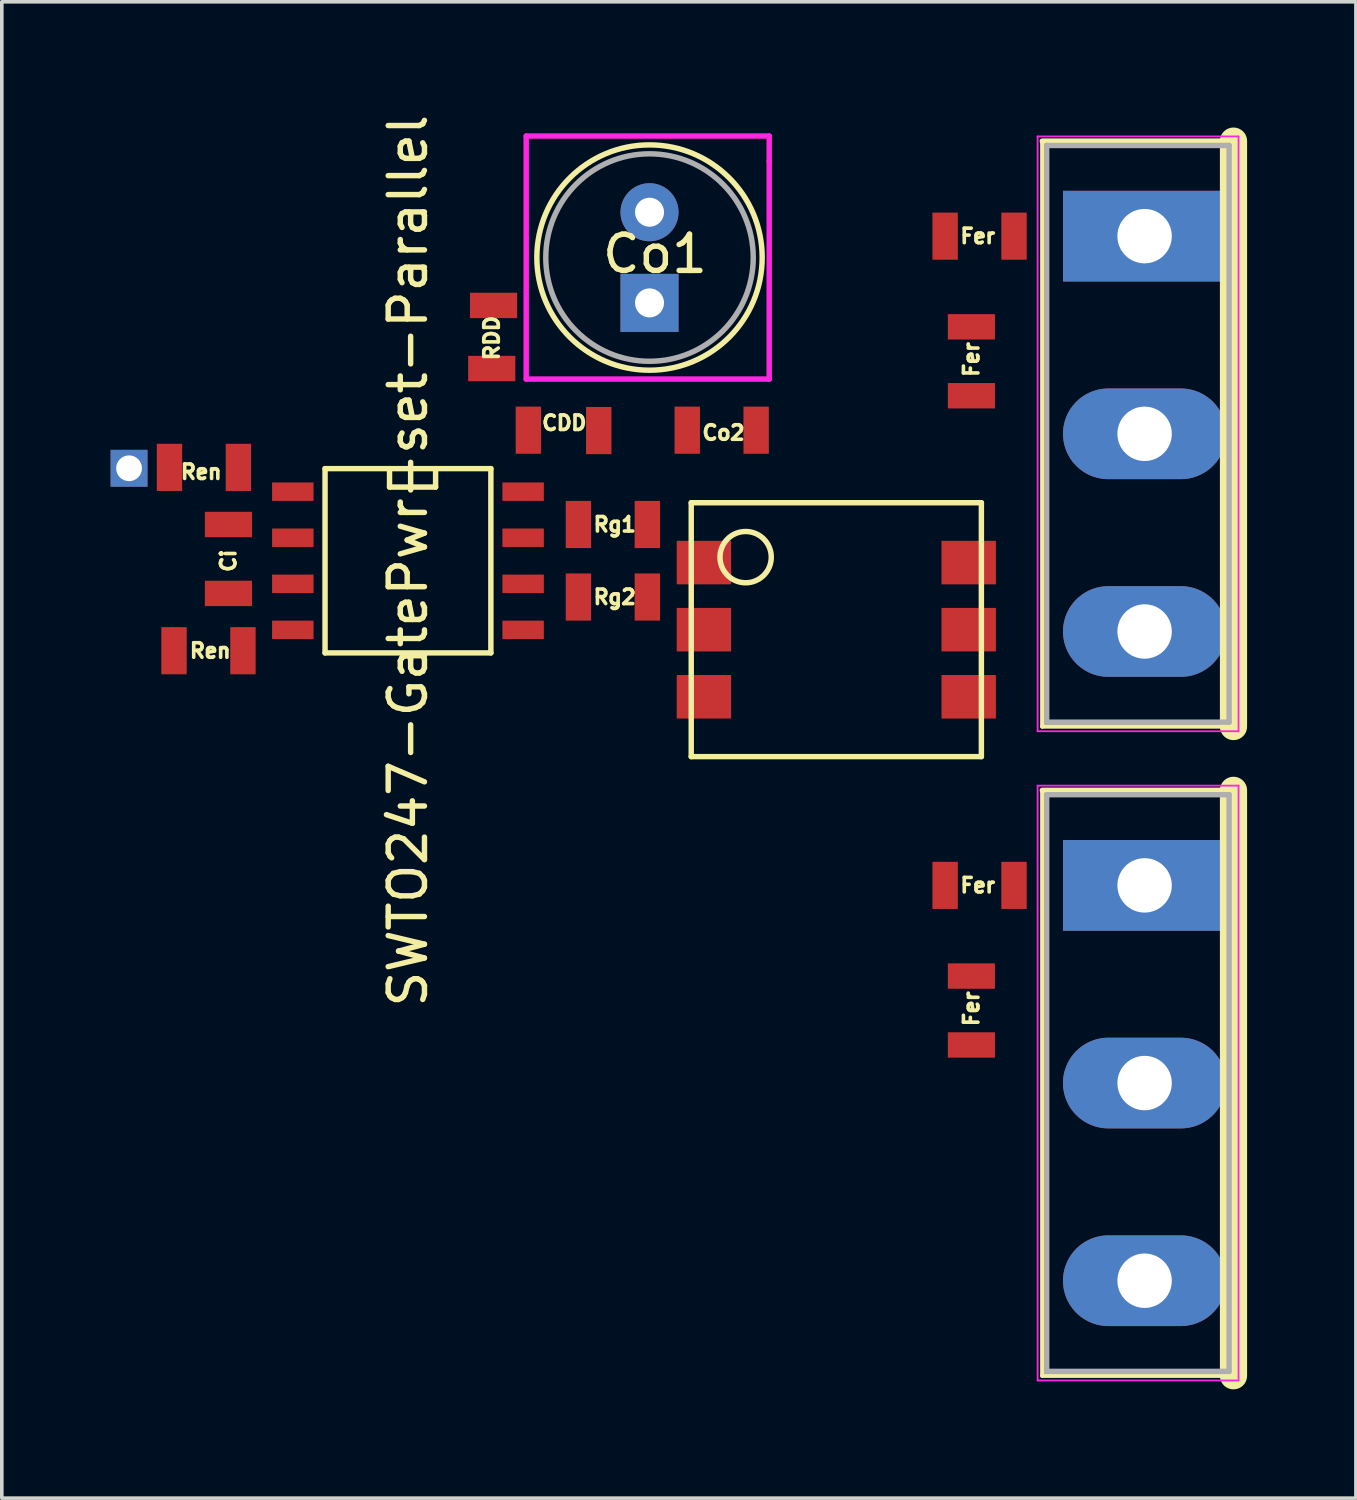
<source format=kicad_pcb>
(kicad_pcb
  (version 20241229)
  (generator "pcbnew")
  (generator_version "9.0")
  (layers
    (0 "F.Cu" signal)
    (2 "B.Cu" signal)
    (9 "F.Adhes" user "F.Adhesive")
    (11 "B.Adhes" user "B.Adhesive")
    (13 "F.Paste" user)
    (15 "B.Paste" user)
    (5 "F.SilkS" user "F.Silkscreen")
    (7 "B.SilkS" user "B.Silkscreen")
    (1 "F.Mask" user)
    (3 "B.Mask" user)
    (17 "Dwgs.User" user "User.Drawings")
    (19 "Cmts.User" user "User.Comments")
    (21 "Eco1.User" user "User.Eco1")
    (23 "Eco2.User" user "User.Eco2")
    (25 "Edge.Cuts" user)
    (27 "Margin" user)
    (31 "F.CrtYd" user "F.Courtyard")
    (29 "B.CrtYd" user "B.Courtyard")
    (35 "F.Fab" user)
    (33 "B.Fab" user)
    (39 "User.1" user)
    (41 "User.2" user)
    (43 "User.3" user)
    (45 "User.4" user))
  (footprint "SWTO247-GatePwr-set-Parallel"
    (layer "F.Cu")
    (at 28.508 17.861)
    (property "Reference" "SWTO247-GatePwr-set-Parallel" (at -20.31 -5.45 90) (layer "F.SilkS") (effects (font (size 1 1) (thickness 0.15))))
    (attr smd)
    (fp_line (start -22.596 -7.99) (end -18.024 -7.99) (stroke (width 0.15) (type solid)) (layer "F.SilkS"))
    (fp_line (start -22.596 -2.91) (end -22.596 -7.99) (stroke (width 0.15) (type solid)) (layer "F.SilkS"))
    (fp_line (start -20.818 -7.482) (end -20.818 -7.99) (stroke (width 0.15) (type solid)) (layer "F.SilkS"))
    (fp_line (start -19.548 -7.99) (end -19.548 -7.482) (stroke (width 0.15) (type solid)) (layer "F.SilkS"))
    (fp_line (start -19.548 -7.482) (end -20.818 -7.482) (stroke (width 0.15) (type solid)) (layer "F.SilkS"))
    (fp_line (start -18.024 -7.99) (end -18.024 -2.91) (stroke (width 0.15) (type solid)) (layer "F.SilkS"))
    (fp_line (start -18.024 -2.91) (end -22.596 -2.91) (stroke (width 0.15) (type solid)) (layer "F.SilkS"))
    (fp_line (start -12.5 -7.05) (end -4.5 -7.05) (stroke (width 0.15) (type solid)) (layer "F.SilkS"))
    (fp_line (start -12.5 -0.05) (end -12.5 -7.05) (stroke (width 0.15) (type solid)) (layer "F.SilkS"))
    (fp_line (start -4.5 -7.05) (end -4.5 -0.05) (stroke (width 0.15) (type solid)) (layer "F.SilkS"))
    (fp_line (start -4.5 -0.05) (end -12.5 -0.05) (stroke (width 0.15) (type solid)) (layer "F.SilkS"))
    (fp_line (start -2.82 -17.02) (end -2.82 -0.88) (stroke (width 0.12) (type solid)) (layer "F.SilkS"))
    (fp_line (start -2.82 0.88) (end -2.82 17.02) (stroke (width 0.12) (type solid)) (layer "F.SilkS"))
    (fp_line (start 2.451 -17.02) (end -2.82 -17.02) (stroke (width 0.15) (type solid)) (layer "F.SilkS"))
    (fp_line (start 2.451 -17.02) (end 2.451 -0.88) (stroke (width 0.75) (type solid)) (layer "F.SilkS"))
    (fp_line (start 2.451 -0.88) (end -2.82 -0.88) (stroke (width 0.12) (type solid)) (layer "F.SilkS"))
    (fp_line (start 2.451 0.88) (end -2.82 0.88) (stroke (width 0.15) (type solid)) (layer "F.SilkS"))
    (fp_line (start 2.451 0.88) (end 2.451 17.02) (stroke (width 0.75) (type solid)) (layer "F.SilkS"))
    (fp_line (start 2.451 17.02) (end -2.82 17.02) (stroke (width 0.12) (type solid)) (layer "F.SilkS"))
    (fp_circle (center -13.65 -13.81) (end -16.25 -12.11) (stroke (width 0.15) (type solid)) (fill no) (layer "F.SilkS"))
    (fp_circle (center -11 -5.55) (end -11.5 -6.05) (stroke (width 0.15) (type solid)) (fill no) (layer "F.SilkS"))
    (fp_line (start -17.05 -17.16) (end -10.35 -17.16) (stroke (width 0.15) (type solid)) (layer "F.CrtYd"))
    (fp_line (start -17.05 -10.46) (end -17.05 -17.16) (stroke (width 0.15) (type solid)) (layer "F.CrtYd"))
    (fp_line (start -10.35 -16.46) (end -10.35 -17.16) (stroke (width 0.15) (type solid)) (layer "F.CrtYd"))
    (fp_line (start -10.35 -10.46) (end -17.05 -10.46) (stroke (width 0.15) (type solid)) (layer "F.CrtYd"))
    (fp_line (start -10.35 -10.46) (end -10.35 -16.46) (stroke (width 0.15) (type solid)) (layer "F.CrtYd"))
    (fp_line (start -2.95 -17.15) (end -2.95 -0.75) (stroke (width 0.05) (type solid)) (layer "F.CrtYd"))
    (fp_line (start -2.95 -0.75) (end 2.59 -0.75) (stroke (width 0.05) (type solid)) (layer "F.CrtYd"))
    (fp_line (start -2.95 0.75) (end -2.95 17.15) (stroke (width 0.05) (type solid)) (layer "F.CrtYd"))
    (fp_line (start -2.95 17.15) (end 2.59 17.15) (stroke (width 0.05) (type solid)) (layer "F.CrtYd"))
    (fp_line (start 2.59 -17.15) (end -2.95 -17.15) (stroke (width 0.05) (type solid)) (layer "F.CrtYd"))
    (fp_line (start 2.59 -0.75) (end 2.59 -17.15) (stroke (width 0.05) (type solid)) (layer "F.CrtYd"))
    (fp_line (start 2.59 0.75) (end -2.95 0.75) (stroke (width 0.05) (type solid)) (layer "F.CrtYd"))
    (fp_line (start 2.59 17.15) (end 2.59 0.75) (stroke (width 0.05) (type solid)) (layer "F.CrtYd"))
    (fp_line (start -2.7 -16.9) (end -2.7 -1) (stroke (width 0.15) (type solid)) (layer "F.Fab"))
    (fp_line (start -2.7 -1) (end 2.33 -1) (stroke (width 0.15) (type solid)) (layer "F.Fab"))
    (fp_line (start -2.7 1) (end -2.7 16.9) (stroke (width 0.15) (type solid)) (layer "F.Fab"))
    (fp_line (start -2.7 16.9) (end 2.33 16.9) (stroke (width 0.15) (type solid)) (layer "F.Fab"))
    (fp_line (start 2.33 -16.9) (end -2.7 -16.9) (stroke (width 0.15) (type solid)) (layer "F.Fab"))
    (fp_line (start 2.33 -1) (end 2.33 -16.9) (stroke (width 0.15) (type solid)) (layer "F.Fab"))
    (fp_line (start 2.33 1) (end -2.7 1) (stroke (width 0.15) (type solid)) (layer "F.Fab"))
    (fp_line (start 2.33 16.9) (end 2.33 1) (stroke (width 0.15) (type solid)) (layer "F.Fab"))
    (fp_circle (center -13.65 -13.81) (end -15.95 -12.11) (stroke (width 0.15) (type solid)) (fill no) (layer "F.Fab"))
    (fp_text user "Fer" (at -4.6 -14.4 180) (layer "F.SilkS") (effects (font (size 0.4 0.4) (thickness 0.1))))
    (fp_text user "Co1" (at -13.5 -13.91 0) (layer "F.SilkS") (effects (font (size 1 1) (thickness 0.15))))
    (fp_text user "Fer" (at -4.775 -11 90) (layer "F.SilkS") (effects (font (size 0.4 0.4) (thickness 0.1))))
    (fp_text user "Co2" (at -11.61 -8.98 180) (layer "F.SilkS") (effects (font (size 0.4 0.4) (thickness 0.1))))
    (fp_text user "CDD" (at -16 -9.25 180) (layer "F.SilkS") (effects (font (size 0.4 0.4) (thickness 0.1))))
    (fp_text user "Rg1" (at -14.61 -6.45 0) (layer "F.SilkS") (effects (font (size 0.4 0.4) (thickness 0.1))))
    (fp_text user "Fer" (at -4.6 3.5 180) (layer "F.SilkS") (effects (font (size 0.4 0.4) (thickness 0.1))))
    (fp_text user "RDD" (at -18 -11.59 90) (layer "F.SilkS") (effects (font (size 0.4 0.4) (thickness 0.1))))
    (fp_text user "Ren" (at -25.76 -2.97 0) (layer "F.SilkS") (effects (font (size 0.4 0.4) (thickness 0.1))))
    (fp_text user "Fer" (at -4.775 6.9 90) (layer "F.SilkS") (effects (font (size 0.4 0.4) (thickness 0.1))))
    (fp_text user "Ci" (at -25.26 -5.45 90) (layer "F.SilkS") (effects (font (size 0.4 0.4) (thickness 0.1))))
    (fp_text user "Ren" (at -26.01 -7.9 0) (layer "F.SilkS") (effects (font (size 0.4 0.4) (thickness 0.1))))
    (fp_text user "Rg2" (at -14.61 -4.45 0) (layer "F.SilkS") (effects (font (size 0.4 0.4) (thickness 0.1))))
    (pad "+Vo" smd rect (at -17.95 -12.49 90) (size 0.7 1.3) (layers "F.Cu" "F.Mask" "F.Paste"))
    (pad "+Vo" thru_hole rect (at -13.65 -12.56 180) (size 1.6 1.6) (drill 0.8) (layers "*.Cu" "*.Mask"))
    (pad "+Vo" smd rect (at -10.71 -9.05) (size 0.7 1.3) (layers "F.Cu" "F.Mask" "F.Paste"))
    (pad "1" smd rect (at -13.71 -6.45) (size 0.7 1.3) (layers "F.Cu" "F.Mask" "F.Paste"))
    (pad "1" smd rect (at -13.71 -4.45) (size 0.7 1.3) (layers "F.Cu" "F.Mask" "F.Paste"))
    (pad "1" smd rect (at -12.15 -5.4 180) (size 1.5 1.2) (layers "F.Cu" "F.Mask" "F.Paste"))
    (pad "2" smd rect (at -12.15 -3.55 180) (size 1.5 1.2) (layers "F.Cu" "F.Mask" "F.Paste"))
    (pad "3" smd rect (at -17.135 -3.545 270) (size 0.508 1.143) (layers "F.Cu" "F.Mask" "F.Paste"))
    (pad "3" smd rect (at -15.05 -9.04 180) (size 0.7 1.3) (layers "F.Cu" "F.Mask" "F.Paste"))
    (pad "3" thru_hole circle (at -13.65 -15.06 180) (size 1.6 1.6) (drill 0.8) (layers "*.Cu" "*.Mask"))
    (pad "3" smd rect (at -12.61 -9.05) (size 0.7 1.3) (layers "F.Cu" "F.Mask" "F.Paste"))
    (pad "3" smd rect (at -12.15 -1.7 180) (size 1.5 1.2) (layers "F.Cu" "F.Mask" "F.Paste"))
    (pad "5" smd rect (at -4.85 -3.55 180) (size 1.5 1.2) (layers "F.Cu" "F.Mask" "F.Paste"))
    (pad "6" smd rect (at -5.5 -14.4 180) (size 0.7 1.3) (layers "F.Cu" "F.Mask" "F.Paste"))
    (pad "6" smd rect (at -5.5 3.5 180) (size 0.7 1.3) (layers "F.Cu" "F.Mask" "F.Paste"))
    (pad "6" smd rect (at -4.85 -5.4 180) (size 1.5 1.2) (layers "F.Cu" "F.Mask" "F.Paste"))
    (pad "6" smd rect (at -4.775 -11.9 90) (size 0.7 1.3) (layers "F.Cu" "F.Mask" "F.Paste"))
    (pad "6" smd rect (at -4.775 6 90) (size 0.7 1.3) (layers "F.Cu" "F.Mask" "F.Paste"))
    (pad "D" thru_hole oval (at 0 -8.95 180) (size 4.5 2.5) (drill 1.5) (layers "*.Cu" "*.Mask"))
    (pad "D" thru_hole oval (at 0 8.95 180) (size 4.5 2.5) (drill 1.5) (layers "*.Cu" "*.Mask"))
    (pad "EN" smd rect (at -24.86 -2.97) (size 0.7 1.3) (layers "F.Cu" "F.Mask" "F.Paste"))
    (pad "EN" smd rect (at -23.485 -3.545 270) (size 0.508 1.143) (layers "F.Cu" "F.Mask" "F.Paste"))
    (pad "GNDi" smd rect (at -25.26 -4.55 270) (size 0.7 1.3) (layers "F.Cu" "F.Mask" "F.Paste"))
    (pad "GNDi" smd rect (at -23.485 -4.815 270) (size 0.508 1.143) (layers "F.Cu" "F.Mask" "F.Paste"))
    (pad "Ga" smd rect (at -3.6 -14.4 180) (size 0.7 1.3) (layers "F.Cu" "F.Mask" "F.Paste"))
    (pad "Ga" thru_hole rect (at 0 -14.4 180) (size 4.5 2.5) (drill 1.5) (layers "*.Cu" "*.Mask"))
    (pad "Gb" smd rect (at -3.6 3.5 180) (size 0.7 1.3) (layers "F.Cu" "F.Mask" "F.Paste"))
    (pad "Gb" thru_hole rect (at 0 3.5 180) (size 4.5 2.5) (drill 1.5) (layers "*.Cu" "*.Mask"))
    (pad "S" smd rect (at -4.85 -1.7 180) (size 1.5 1.2) (layers "F.Cu" "F.Mask" "F.Paste"))
    (pad "S" smd rect (at -4.775 -10 90) (size 0.7 1.3) (layers "F.Cu" "F.Mask" "F.Paste"))
    (pad "S" smd rect (at -4.775 7.9 90) (size 0.7 1.3) (layers "F.Cu" "F.Mask" "F.Paste"))
    (pad "S" thru_hole oval (at 0 -3.5 180) (size 4.5 2.5) (drill 1.5) (layers "*.Cu" "*.Mask"))
    (pad "S" thru_hole oval (at 0 14.4 180) (size 4.5 2.5) (drill 1.5) (layers "*.Cu" "*.Mask"))
    (pad "VDD" smd rect (at -18 -10.75 90) (size 0.7 1.3) (layers "F.Cu" "F.Mask" "F.Paste"))
    (pad "VDD" smd rect (at -17.135 -7.355 270) (size 0.508 1.143) (layers "F.Cu" "F.Mask" "F.Paste"))
    (pad "VDD" smd rect (at -16.99 -9.05 180) (size 0.7 1.3) (layers "F.Cu" "F.Mask" "F.Paste"))
    (pad "VDDi" smd rect (at -26.76 -2.97) (size 0.7 1.3) (layers "F.Cu" "F.Mask" "F.Paste"))
    (pad "VDDi" smd rect (at -25.26 -6.45 270) (size 0.7 1.3) (layers "F.Cu" "F.Mask" "F.Paste"))
    (pad "VDDi" smd rect (at -23.485 -6.085 270) (size 0.508 1.143) (layers "F.Cu" "F.Mask" "F.Paste"))
    (pad "VI" smd rect (at -24.985 -8.025) (size 0.7 1.3) (layers "F.Cu" "F.Mask" "F.Paste"))
    (pad "VI" smd rect (at -23.485 -7.355 270) (size 0.508 1.143) (layers "F.Cu" "F.Mask" "F.Paste"))
    (pad "Vg+" smd rect (at -17.135 -6.085 270) (size 0.508 1.143) (layers "F.Cu" "F.Mask" "F.Paste"))
    (pad "Vg+" smd rect (at -15.61 -6.45) (size 0.7 1.3) (layers "F.Cu" "F.Mask" "F.Paste"))
    (pad "Vg-" smd rect (at -17.135 -4.815 270) (size 0.508 1.143) (layers "F.Cu" "F.Mask" "F.Paste"))
    (pad "Vg-" smd rect (at -15.61 -4.45) (size 0.7 1.3) (layers "F.Cu" "F.Mask" "F.Paste"))
    (pad "Vsig" thru_hole rect (at -28 -8 270) (size 1.016 1.016) (drill 0.711) (layers "*.Cu" "*.Mask"))
    (pad "Vsig" smd rect (at -26.885 -8.025) (size 0.7 1.3) (layers "F.Cu" "F.Mask" "F.Paste")))
  (gr_rect
    (start -3 -3)
    (end 34.334 38.256)
    (stroke (width 0.1) (type default))
    (fill no)
    (layer "Edge.Cuts")))
</source>
